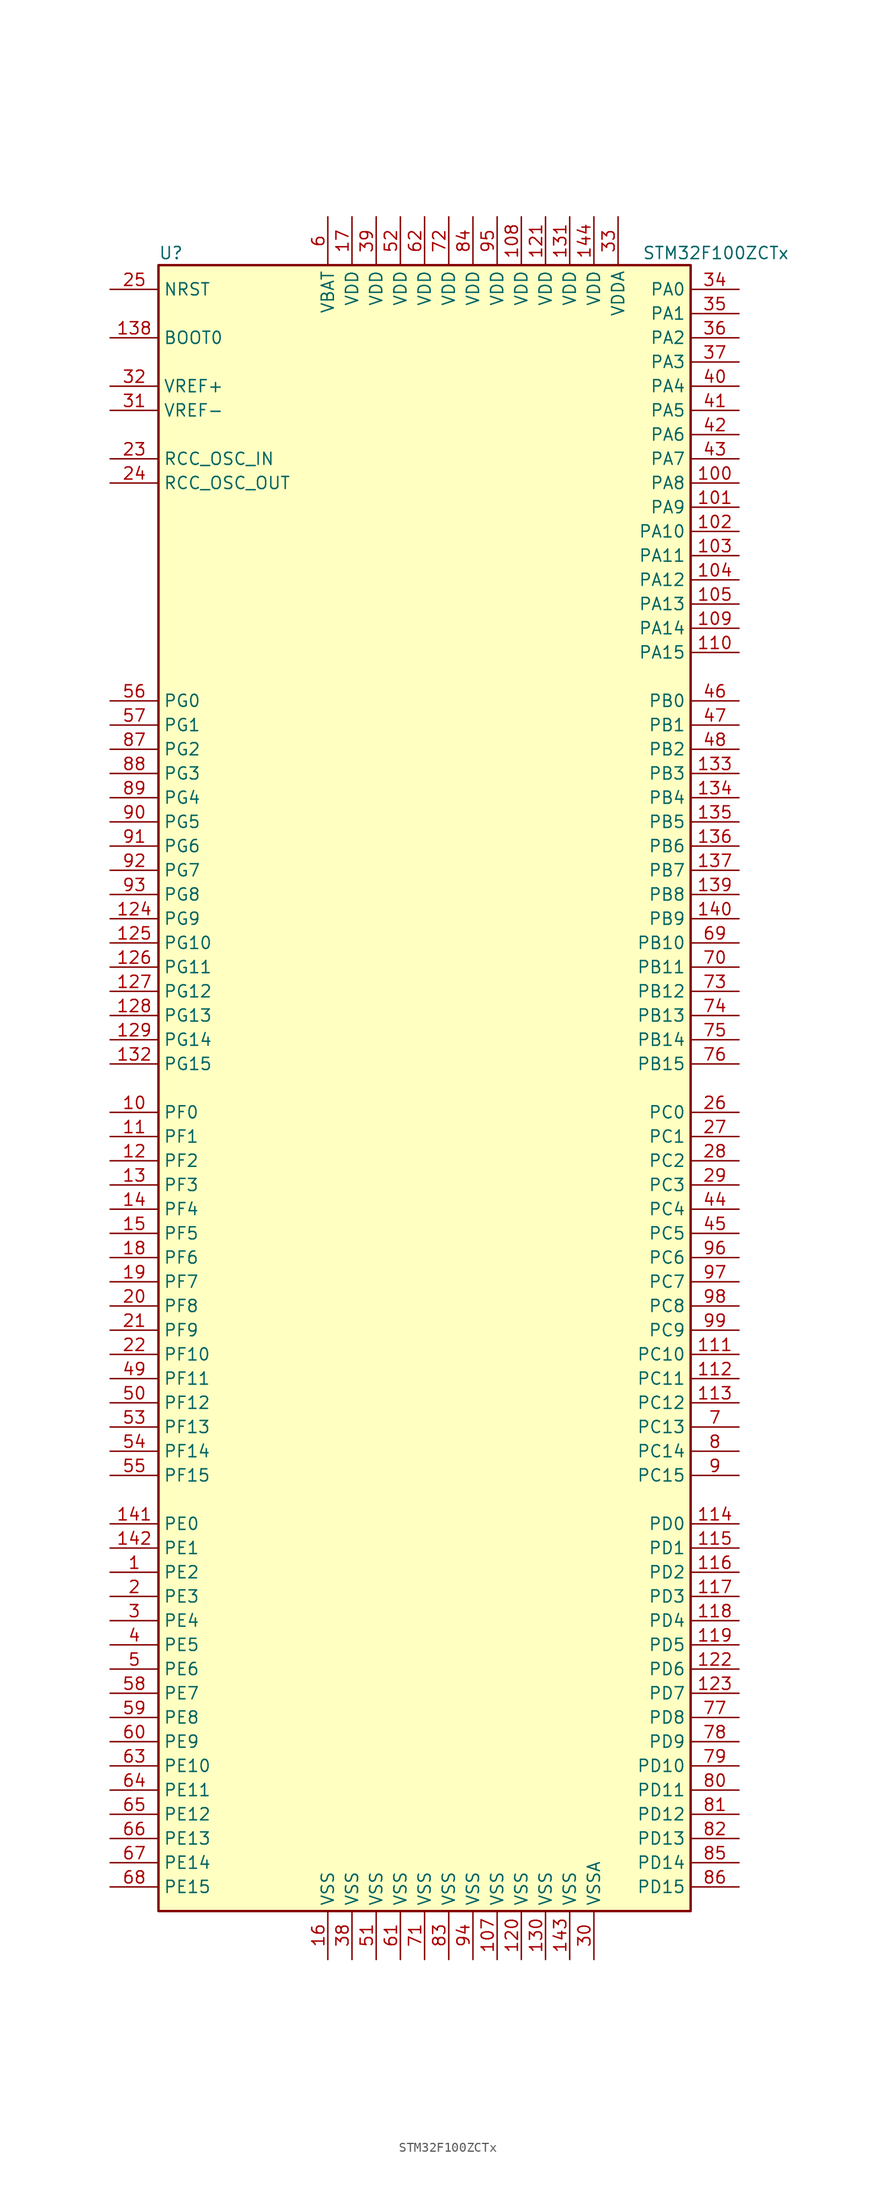
<source format=kicad_sym>
(kicad_symbol_lib
  (version 20201005)
  (generator kicad_symbol_editor)
  (symbol "MCU_ST_STM32F1:STM32F100ZCTx"
    (property "Reference" "U"
      (at -27.94 87.63 0)
      (effects (font (size 1.27 1.27)) (justify left)))
    (property "Value" "STM32F100ZCTx"
      (at 22.86 87.63 0)
      (effects (font (size 1.27 1.27)) (justify left)))
    (symbol "STM32F100ZCTx_0_1"
      (rectangle (start -27.94 -86.36) (end 27.94 86.36) (stroke (width 0.254)) (fill (type background))))
    (symbol "STM32F100ZCTx_1_1"
      (pin input line (at -33.02 78.74 0) (length 5.08) (name "BOOT0" (effects (font (size 1.27 1.27)))) (number "138" (effects (font (size 1.27 1.27)))))
      (pin no_connect line (at -27.94 -83.82 0) (length 5.08) hide (name "NC" (effects (font (size 1.27 1.27)))) (number "106" (effects (font (size 1.27 1.27)))))
      (pin input line (at -33.02 83.82 0) (length 5.08) (name "NRST" (effects (font (size 1.27 1.27)))) (number "25" (effects (font (size 1.27 1.27)))))
      (pin bidirectional line (at 33.02 83.82 180) (length 5.08) (name "PA0" (effects (font (size 1.27 1.27)))) (number "34" (effects (font (size 1.27 1.27)))))
      (pin bidirectional line (at 33.02 81.28 180) (length 5.08) (name "PA1" (effects (font (size 1.27 1.27)))) (number "35" (effects (font (size 1.27 1.27)))))
      (pin bidirectional line (at 33.02 58.42 180) (length 5.08) (name "PA10" (effects (font (size 1.27 1.27)))) (number "102" (effects (font (size 1.27 1.27)))))
      (pin bidirectional line (at 33.02 55.88 180) (length 5.08) (name "PA11" (effects (font (size 1.27 1.27)))) (number "103" (effects (font (size 1.27 1.27)))))
      (pin bidirectional line (at 33.02 53.34 180) (length 5.08) (name "PA12" (effects (font (size 1.27 1.27)))) (number "104" (effects (font (size 1.27 1.27)))))
      (pin bidirectional line (at 33.02 50.8 180) (length 5.08) (name "PA13" (effects (font (size 1.27 1.27)))) (number "105" (effects (font (size 1.27 1.27)))))
      (pin bidirectional line (at 33.02 48.26 180) (length 5.08) (name "PA14" (effects (font (size 1.27 1.27)))) (number "109" (effects (font (size 1.27 1.27)))))
      (pin bidirectional line (at 33.02 45.72 180) (length 5.08) (name "PA15" (effects (font (size 1.27 1.27)))) (number "110" (effects (font (size 1.27 1.27)))))
      (pin bidirectional line (at 33.02 78.74 180) (length 5.08) (name "PA2" (effects (font (size 1.27 1.27)))) (number "36" (effects (font (size 1.27 1.27)))))
      (pin bidirectional line (at 33.02 76.2 180) (length 5.08) (name "PA3" (effects (font (size 1.27 1.27)))) (number "37" (effects (font (size 1.27 1.27)))))
      (pin bidirectional line (at 33.02 73.66 180) (length 5.08) (name "PA4" (effects (font (size 1.27 1.27)))) (number "40" (effects (font (size 1.27 1.27)))))
      (pin bidirectional line (at 33.02 71.12 180) (length 5.08) (name "PA5" (effects (font (size 1.27 1.27)))) (number "41" (effects (font (size 1.27 1.27)))))
      (pin bidirectional line (at 33.02 68.58 180) (length 5.08) (name "PA6" (effects (font (size 1.27 1.27)))) (number "42" (effects (font (size 1.27 1.27)))))
      (pin bidirectional line (at 33.02 66.04 180) (length 5.08) (name "PA7" (effects (font (size 1.27 1.27)))) (number "43" (effects (font (size 1.27 1.27)))))
      (pin bidirectional line (at 33.02 63.5 180) (length 5.08) (name "PA8" (effects (font (size 1.27 1.27)))) (number "100" (effects (font (size 1.27 1.27)))))
      (pin bidirectional line (at 33.02 60.96 180) (length 5.08) (name "PA9" (effects (font (size 1.27 1.27)))) (number "101" (effects (font (size 1.27 1.27)))))
      (pin bidirectional line (at 33.02 40.64 180) (length 5.08) (name "PB0" (effects (font (size 1.27 1.27)))) (number "46" (effects (font (size 1.27 1.27)))))
      (pin bidirectional line (at 33.02 38.1 180) (length 5.08) (name "PB1" (effects (font (size 1.27 1.27)))) (number "47" (effects (font (size 1.27 1.27)))))
      (pin bidirectional line (at 33.02 15.24 180) (length 5.08) (name "PB10" (effects (font (size 1.27 1.27)))) (number "69" (effects (font (size 1.27 1.27)))))
      (pin bidirectional line (at 33.02 12.7 180) (length 5.08) (name "PB11" (effects (font (size 1.27 1.27)))) (number "70" (effects (font (size 1.27 1.27)))))
      (pin bidirectional line (at 33.02 10.16 180) (length 5.08) (name "PB12" (effects (font (size 1.27 1.27)))) (number "73" (effects (font (size 1.27 1.27)))))
      (pin bidirectional line (at 33.02 7.62 180) (length 5.08) (name "PB13" (effects (font (size 1.27 1.27)))) (number "74" (effects (font (size 1.27 1.27)))))
      (pin bidirectional line (at 33.02 5.08 180) (length 5.08) (name "PB14" (effects (font (size 1.27 1.27)))) (number "75" (effects (font (size 1.27 1.27)))))
      (pin bidirectional line (at 33.02 2.54 180) (length 5.08) (name "PB15" (effects (font (size 1.27 1.27)))) (number "76" (effects (font (size 1.27 1.27)))))
      (pin bidirectional line (at 33.02 35.56 180) (length 5.08) (name "PB2" (effects (font (size 1.27 1.27)))) (number "48" (effects (font (size 1.27 1.27)))))
      (pin bidirectional line (at 33.02 33.02 180) (length 5.08) (name "PB3" (effects (font (size 1.27 1.27)))) (number "133" (effects (font (size 1.27 1.27)))))
      (pin bidirectional line (at 33.02 30.48 180) (length 5.08) (name "PB4" (effects (font (size 1.27 1.27)))) (number "134" (effects (font (size 1.27 1.27)))))
      (pin bidirectional line (at 33.02 27.94 180) (length 5.08) (name "PB5" (effects (font (size 1.27 1.27)))) (number "135" (effects (font (size 1.27 1.27)))))
      (pin bidirectional line (at 33.02 25.4 180) (length 5.08) (name "PB6" (effects (font (size 1.27 1.27)))) (number "136" (effects (font (size 1.27 1.27)))))
      (pin bidirectional line (at 33.02 22.86 180) (length 5.08) (name "PB7" (effects (font (size 1.27 1.27)))) (number "137" (effects (font (size 1.27 1.27)))))
      (pin bidirectional line (at 33.02 20.32 180) (length 5.08) (name "PB8" (effects (font (size 1.27 1.27)))) (number "139" (effects (font (size 1.27 1.27)))))
      (pin bidirectional line (at 33.02 17.78 180) (length 5.08) (name "PB9" (effects (font (size 1.27 1.27)))) (number "140" (effects (font (size 1.27 1.27)))))
      (pin bidirectional line (at 33.02 -2.54 180) (length 5.08) (name "PC0" (effects (font (size 1.27 1.27)))) (number "26" (effects (font (size 1.27 1.27)))))
      (pin bidirectional line (at 33.02 -5.08 180) (length 5.08) (name "PC1" (effects (font (size 1.27 1.27)))) (number "27" (effects (font (size 1.27 1.27)))))
      (pin bidirectional line (at 33.02 -27.94 180) (length 5.08) (name "PC10" (effects (font (size 1.27 1.27)))) (number "111" (effects (font (size 1.27 1.27)))))
      (pin bidirectional line (at 33.02 -30.48 180) (length 5.08) (name "PC11" (effects (font (size 1.27 1.27)))) (number "112" (effects (font (size 1.27 1.27)))))
      (pin bidirectional line (at 33.02 -33.02 180) (length 5.08) (name "PC12" (effects (font (size 1.27 1.27)))) (number "113" (effects (font (size 1.27 1.27)))))
      (pin bidirectional line (at 33.02 -35.56 180) (length 5.08) (name "PC13" (effects (font (size 1.27 1.27)))) (number "7" (effects (font (size 1.27 1.27)))))
      (pin bidirectional line (at 33.02 -38.1 180) (length 5.08) (name "PC14" (effects (font (size 1.27 1.27)))) (number "8" (effects (font (size 1.27 1.27)))))
      (pin bidirectional line (at 33.02 -40.64 180) (length 5.08) (name "PC15" (effects (font (size 1.27 1.27)))) (number "9" (effects (font (size 1.27 1.27)))))
      (pin bidirectional line (at 33.02 -7.62 180) (length 5.08) (name "PC2" (effects (font (size 1.27 1.27)))) (number "28" (effects (font (size 1.27 1.27)))))
      (pin bidirectional line (at 33.02 -10.16 180) (length 5.08) (name "PC3" (effects (font (size 1.27 1.27)))) (number "29" (effects (font (size 1.27 1.27)))))
      (pin bidirectional line (at 33.02 -12.7 180) (length 5.08) (name "PC4" (effects (font (size 1.27 1.27)))) (number "44" (effects (font (size 1.27 1.27)))))
      (pin bidirectional line (at 33.02 -15.24 180) (length 5.08) (name "PC5" (effects (font (size 1.27 1.27)))) (number "45" (effects (font (size 1.27 1.27)))))
      (pin bidirectional line (at 33.02 -17.78 180) (length 5.08) (name "PC6" (effects (font (size 1.27 1.27)))) (number "96" (effects (font (size 1.27 1.27)))))
      (pin bidirectional line (at 33.02 -20.32 180) (length 5.08) (name "PC7" (effects (font (size 1.27 1.27)))) (number "97" (effects (font (size 1.27 1.27)))))
      (pin bidirectional line (at 33.02 -22.86 180) (length 5.08) (name "PC8" (effects (font (size 1.27 1.27)))) (number "98" (effects (font (size 1.27 1.27)))))
      (pin bidirectional line (at 33.02 -25.4 180) (length 5.08) (name "PC9" (effects (font (size 1.27 1.27)))) (number "99" (effects (font (size 1.27 1.27)))))
      (pin bidirectional line (at 33.02 -45.72 180) (length 5.08) (name "PD0" (effects (font (size 1.27 1.27)))) (number "114" (effects (font (size 1.27 1.27)))))
      (pin bidirectional line (at 33.02 -48.26 180) (length 5.08) (name "PD1" (effects (font (size 1.27 1.27)))) (number "115" (effects (font (size 1.27 1.27)))))
      (pin bidirectional line (at 33.02 -71.12 180) (length 5.08) (name "PD10" (effects (font (size 1.27 1.27)))) (number "79" (effects (font (size 1.27 1.27)))))
      (pin bidirectional line (at 33.02 -73.66 180) (length 5.08) (name "PD11" (effects (font (size 1.27 1.27)))) (number "80" (effects (font (size 1.27 1.27)))))
      (pin bidirectional line (at 33.02 -76.2 180) (length 5.08) (name "PD12" (effects (font (size 1.27 1.27)))) (number "81" (effects (font (size 1.27 1.27)))))
      (pin bidirectional line (at 33.02 -78.74 180) (length 5.08) (name "PD13" (effects (font (size 1.27 1.27)))) (number "82" (effects (font (size 1.27 1.27)))))
      (pin bidirectional line (at 33.02 -81.28 180) (length 5.08) (name "PD14" (effects (font (size 1.27 1.27)))) (number "85" (effects (font (size 1.27 1.27)))))
      (pin bidirectional line (at 33.02 -83.82 180) (length 5.08) (name "PD15" (effects (font (size 1.27 1.27)))) (number "86" (effects (font (size 1.27 1.27)))))
      (pin bidirectional line (at 33.02 -50.8 180) (length 5.08) (name "PD2" (effects (font (size 1.27 1.27)))) (number "116" (effects (font (size 1.27 1.27)))))
      (pin bidirectional line (at 33.02 -53.34 180) (length 5.08) (name "PD3" (effects (font (size 1.27 1.27)))) (number "117" (effects (font (size 1.27 1.27)))))
      (pin bidirectional line (at 33.02 -55.88 180) (length 5.08) (name "PD4" (effects (font (size 1.27 1.27)))) (number "118" (effects (font (size 1.27 1.27)))))
      (pin bidirectional line (at 33.02 -58.42 180) (length 5.08) (name "PD5" (effects (font (size 1.27 1.27)))) (number "119" (effects (font (size 1.27 1.27)))))
      (pin bidirectional line (at 33.02 -60.96 180) (length 5.08) (name "PD6" (effects (font (size 1.27 1.27)))) (number "122" (effects (font (size 1.27 1.27)))))
      (pin bidirectional line (at 33.02 -63.5 180) (length 5.08) (name "PD7" (effects (font (size 1.27 1.27)))) (number "123" (effects (font (size 1.27 1.27)))))
      (pin bidirectional line (at 33.02 -66.04 180) (length 5.08) (name "PD8" (effects (font (size 1.27 1.27)))) (number "77" (effects (font (size 1.27 1.27)))))
      (pin bidirectional line (at 33.02 -68.58 180) (length 5.08) (name "PD9" (effects (font (size 1.27 1.27)))) (number "78" (effects (font (size 1.27 1.27)))))
      (pin bidirectional line (at -33.02 -45.72 0) (length 5.08) (name "PE0" (effects (font (size 1.27 1.27)))) (number "141" (effects (font (size 1.27 1.27)))))
      (pin bidirectional line (at -33.02 -48.26 0) (length 5.08) (name "PE1" (effects (font (size 1.27 1.27)))) (number "142" (effects (font (size 1.27 1.27)))))
      (pin bidirectional line (at -33.02 -71.12 0) (length 5.08) (name "PE10" (effects (font (size 1.27 1.27)))) (number "63" (effects (font (size 1.27 1.27)))))
      (pin bidirectional line (at -33.02 -73.66 0) (length 5.08) (name "PE11" (effects (font (size 1.27 1.27)))) (number "64" (effects (font (size 1.27 1.27)))))
      (pin bidirectional line (at -33.02 -76.2 0) (length 5.08) (name "PE12" (effects (font (size 1.27 1.27)))) (number "65" (effects (font (size 1.27 1.27)))))
      (pin bidirectional line (at -33.02 -78.74 0) (length 5.08) (name "PE13" (effects (font (size 1.27 1.27)))) (number "66" (effects (font (size 1.27 1.27)))))
      (pin bidirectional line (at -33.02 -81.28 0) (length 5.08) (name "PE14" (effects (font (size 1.27 1.27)))) (number "67" (effects (font (size 1.27 1.27)))))
      (pin bidirectional line (at -33.02 -83.82 0) (length 5.08) (name "PE15" (effects (font (size 1.27 1.27)))) (number "68" (effects (font (size 1.27 1.27)))))
      (pin bidirectional line (at -33.02 -50.8 0) (length 5.08) (name "PE2" (effects (font (size 1.27 1.27)))) (number "1" (effects (font (size 1.27 1.27)))))
      (pin bidirectional line (at -33.02 -53.34 0) (length 5.08) (name "PE3" (effects (font (size 1.27 1.27)))) (number "2" (effects (font (size 1.27 1.27)))))
      (pin bidirectional line (at -33.02 -55.88 0) (length 5.08) (name "PE4" (effects (font (size 1.27 1.27)))) (number "3" (effects (font (size 1.27 1.27)))))
      (pin bidirectional line (at -33.02 -58.42 0) (length 5.08) (name "PE5" (effects (font (size 1.27 1.27)))) (number "4" (effects (font (size 1.27 1.27)))))
      (pin bidirectional line (at -33.02 -60.96 0) (length 5.08) (name "PE6" (effects (font (size 1.27 1.27)))) (number "5" (effects (font (size 1.27 1.27)))))
      (pin bidirectional line (at -33.02 -63.5 0) (length 5.08) (name "PE7" (effects (font (size 1.27 1.27)))) (number "58" (effects (font (size 1.27 1.27)))))
      (pin bidirectional line (at -33.02 -66.04 0) (length 5.08) (name "PE8" (effects (font (size 1.27 1.27)))) (number "59" (effects (font (size 1.27 1.27)))))
      (pin bidirectional line (at -33.02 -68.58 0) (length 5.08) (name "PE9" (effects (font (size 1.27 1.27)))) (number "60" (effects (font (size 1.27 1.27)))))
      (pin bidirectional line (at -33.02 -2.54 0) (length 5.08) (name "PF0" (effects (font (size 1.27 1.27)))) (number "10" (effects (font (size 1.27 1.27)))))
      (pin bidirectional line (at -33.02 -5.08 0) (length 5.08) (name "PF1" (effects (font (size 1.27 1.27)))) (number "11" (effects (font (size 1.27 1.27)))))
      (pin bidirectional line (at -33.02 -27.94 0) (length 5.08) (name "PF10" (effects (font (size 1.27 1.27)))) (number "22" (effects (font (size 1.27 1.27)))))
      (pin bidirectional line (at -33.02 -30.48 0) (length 5.08) (name "PF11" (effects (font (size 1.27 1.27)))) (number "49" (effects (font (size 1.27 1.27)))))
      (pin bidirectional line (at -33.02 -33.02 0) (length 5.08) (name "PF12" (effects (font (size 1.27 1.27)))) (number "50" (effects (font (size 1.27 1.27)))))
      (pin bidirectional line (at -33.02 -35.56 0) (length 5.08) (name "PF13" (effects (font (size 1.27 1.27)))) (number "53" (effects (font (size 1.27 1.27)))))
      (pin bidirectional line (at -33.02 -38.1 0) (length 5.08) (name "PF14" (effects (font (size 1.27 1.27)))) (number "54" (effects (font (size 1.27 1.27)))))
      (pin bidirectional line (at -33.02 -40.64 0) (length 5.08) (name "PF15" (effects (font (size 1.27 1.27)))) (number "55" (effects (font (size 1.27 1.27)))))
      (pin bidirectional line (at -33.02 -7.62 0) (length 5.08) (name "PF2" (effects (font (size 1.27 1.27)))) (number "12" (effects (font (size 1.27 1.27)))))
      (pin bidirectional line (at -33.02 -10.16 0) (length 5.08) (name "PF3" (effects (font (size 1.27 1.27)))) (number "13" (effects (font (size 1.27 1.27)))))
      (pin bidirectional line (at -33.02 -12.7 0) (length 5.08) (name "PF4" (effects (font (size 1.27 1.27)))) (number "14" (effects (font (size 1.27 1.27)))))
      (pin bidirectional line (at -33.02 -15.24 0) (length 5.08) (name "PF5" (effects (font (size 1.27 1.27)))) (number "15" (effects (font (size 1.27 1.27)))))
      (pin bidirectional line (at -33.02 -17.78 0) (length 5.08) (name "PF6" (effects (font (size 1.27 1.27)))) (number "18" (effects (font (size 1.27 1.27)))))
      (pin bidirectional line (at -33.02 -20.32 0) (length 5.08) (name "PF7" (effects (font (size 1.27 1.27)))) (number "19" (effects (font (size 1.27 1.27)))))
      (pin bidirectional line (at -33.02 -22.86 0) (length 5.08) (name "PF8" (effects (font (size 1.27 1.27)))) (number "20" (effects (font (size 1.27 1.27)))))
      (pin bidirectional line (at -33.02 -25.4 0) (length 5.08) (name "PF9" (effects (font (size 1.27 1.27)))) (number "21" (effects (font (size 1.27 1.27)))))
      (pin bidirectional line (at -33.02 40.64 0) (length 5.08) (name "PG0" (effects (font (size 1.27 1.27)))) (number "56" (effects (font (size 1.27 1.27)))))
      (pin bidirectional line (at -33.02 38.1 0) (length 5.08) (name "PG1" (effects (font (size 1.27 1.27)))) (number "57" (effects (font (size 1.27 1.27)))))
      (pin bidirectional line (at -33.02 15.24 0) (length 5.08) (name "PG10" (effects (font (size 1.27 1.27)))) (number "125" (effects (font (size 1.27 1.27)))))
      (pin bidirectional line (at -33.02 12.7 0) (length 5.08) (name "PG11" (effects (font (size 1.27 1.27)))) (number "126" (effects (font (size 1.27 1.27)))))
      (pin bidirectional line (at -33.02 10.16 0) (length 5.08) (name "PG12" (effects (font (size 1.27 1.27)))) (number "127" (effects (font (size 1.27 1.27)))))
      (pin bidirectional line (at -33.02 7.62 0) (length 5.08) (name "PG13" (effects (font (size 1.27 1.27)))) (number "128" (effects (font (size 1.27 1.27)))))
      (pin bidirectional line (at -33.02 5.08 0) (length 5.08) (name "PG14" (effects (font (size 1.27 1.27)))) (number "129" (effects (font (size 1.27 1.27)))))
      (pin bidirectional line (at -33.02 2.54 0) (length 5.08) (name "PG15" (effects (font (size 1.27 1.27)))) (number "132" (effects (font (size 1.27 1.27)))))
      (pin bidirectional line (at -33.02 35.56 0) (length 5.08) (name "PG2" (effects (font (size 1.27 1.27)))) (number "87" (effects (font (size 1.27 1.27)))))
      (pin bidirectional line (at -33.02 33.02 0) (length 5.08) (name "PG3" (effects (font (size 1.27 1.27)))) (number "88" (effects (font (size 1.27 1.27)))))
      (pin bidirectional line (at -33.02 30.48 0) (length 5.08) (name "PG4" (effects (font (size 1.27 1.27)))) (number "89" (effects (font (size 1.27 1.27)))))
      (pin bidirectional line (at -33.02 27.94 0) (length 5.08) (name "PG5" (effects (font (size 1.27 1.27)))) (number "90" (effects (font (size 1.27 1.27)))))
      (pin bidirectional line (at -33.02 25.4 0) (length 5.08) (name "PG6" (effects (font (size 1.27 1.27)))) (number "91" (effects (font (size 1.27 1.27)))))
      (pin bidirectional line (at -33.02 22.86 0) (length 5.08) (name "PG7" (effects (font (size 1.27 1.27)))) (number "92" (effects (font (size 1.27 1.27)))))
      (pin bidirectional line (at -33.02 20.32 0) (length 5.08) (name "PG8" (effects (font (size 1.27 1.27)))) (number "93" (effects (font (size 1.27 1.27)))))
      (pin bidirectional line (at -33.02 17.78 0) (length 5.08) (name "PG9" (effects (font (size 1.27 1.27)))) (number "124" (effects (font (size 1.27 1.27)))))
      (pin input line (at -33.02 66.04 0) (length 5.08) (name "RCC_OSC_IN" (effects (font (size 1.27 1.27)))) (number "23" (effects (font (size 1.27 1.27)))))
      (pin input line (at -33.02 63.5 0) (length 5.08) (name "RCC_OSC_OUT" (effects (font (size 1.27 1.27)))) (number "24" (effects (font (size 1.27 1.27)))))
      (pin power_in line (at -10.16 91.44 270) (length 5.08) (name "VBAT" (effects (font (size 1.27 1.27)))) (number "6" (effects (font (size 1.27 1.27)))))
      (pin power_in line (at 10.16 91.44 270) (length 5.08) (name "VDD" (effects (font (size 1.27 1.27)))) (number "108" (effects (font (size 1.27 1.27)))))
      (pin power_in line (at 12.7 91.44 270) (length 5.08) (name "VDD" (effects (font (size 1.27 1.27)))) (number "121" (effects (font (size 1.27 1.27)))))
      (pin power_in line (at 15.24 91.44 270) (length 5.08) (name "VDD" (effects (font (size 1.27 1.27)))) (number "131" (effects (font (size 1.27 1.27)))))
      (pin power_in line (at 17.78 91.44 270) (length 5.08) (name "VDD" (effects (font (size 1.27 1.27)))) (number "144" (effects (font (size 1.27 1.27)))))
      (pin power_in line (at -7.62 91.44 270) (length 5.08) (name "VDD" (effects (font (size 1.27 1.27)))) (number "17" (effects (font (size 1.27 1.27)))))
      (pin power_in line (at -5.08 91.44 270) (length 5.08) (name "VDD" (effects (font (size 1.27 1.27)))) (number "39" (effects (font (size 1.27 1.27)))))
      (pin power_in line (at -2.54 91.44 270) (length 5.08) (name "VDD" (effects (font (size 1.27 1.27)))) (number "52" (effects (font (size 1.27 1.27)))))
      (pin power_in line (at 0 91.44 270) (length 5.08) (name "VDD" (effects (font (size 1.27 1.27)))) (number "62" (effects (font (size 1.27 1.27)))))
      (pin power_in line (at 2.54 91.44 270) (length 5.08) (name "VDD" (effects (font (size 1.27 1.27)))) (number "72" (effects (font (size 1.27 1.27)))))
      (pin power_in line (at 5.08 91.44 270) (length 5.08) (name "VDD" (effects (font (size 1.27 1.27)))) (number "84" (effects (font (size 1.27 1.27)))))
      (pin power_in line (at 7.62 91.44 270) (length 5.08) (name "VDD" (effects (font (size 1.27 1.27)))) (number "95" (effects (font (size 1.27 1.27)))))
      (pin power_in line (at 20.32 91.44 270) (length 5.08) (name "VDDA" (effects (font (size 1.27 1.27)))) (number "33" (effects (font (size 1.27 1.27)))))
      (pin power_in line (at -33.02 73.66 0) (length 5.08) (name "VREF+" (effects (font (size 1.27 1.27)))) (number "32" (effects (font (size 1.27 1.27)))))
      (pin power_in line (at -33.02 71.12 0) (length 5.08) (name "VREF-" (effects (font (size 1.27 1.27)))) (number "31" (effects (font (size 1.27 1.27)))))
      (pin power_in line (at 7.62 -91.44 90) (length 5.08) (name "VSS" (effects (font (size 1.27 1.27)))) (number "107" (effects (font (size 1.27 1.27)))))
      (pin power_in line (at 10.16 -91.44 90) (length 5.08) (name "VSS" (effects (font (size 1.27 1.27)))) (number "120" (effects (font (size 1.27 1.27)))))
      (pin power_in line (at 12.7 -91.44 90) (length 5.08) (name "VSS" (effects (font (size 1.27 1.27)))) (number "130" (effects (font (size 1.27 1.27)))))
      (pin power_in line (at 15.24 -91.44 90) (length 5.08) (name "VSS" (effects (font (size 1.27 1.27)))) (number "143" (effects (font (size 1.27 1.27)))))
      (pin power_in line (at -10.16 -91.44 90) (length 5.08) (name "VSS" (effects (font (size 1.27 1.27)))) (number "16" (effects (font (size 1.27 1.27)))))
      (pin power_in line (at -7.62 -91.44 90) (length 5.08) (name "VSS" (effects (font (size 1.27 1.27)))) (number "38" (effects (font (size 1.27 1.27)))))
      (pin power_in line (at -5.08 -91.44 90) (length 5.08) (name "VSS" (effects (font (size 1.27 1.27)))) (number "51" (effects (font (size 1.27 1.27)))))
      (pin power_in line (at -2.54 -91.44 90) (length 5.08) (name "VSS" (effects (font (size 1.27 1.27)))) (number "61" (effects (font (size 1.27 1.27)))))
      (pin power_in line (at 0 -91.44 90) (length 5.08) (name "VSS" (effects (font (size 1.27 1.27)))) (number "71" (effects (font (size 1.27 1.27)))))
      (pin power_in line (at 2.54 -91.44 90) (length 5.08) (name "VSS" (effects (font (size 1.27 1.27)))) (number "83" (effects (font (size 1.27 1.27)))))
      (pin power_in line (at 5.08 -91.44 90) (length 5.08) (name "VSS" (effects (font (size 1.27 1.27)))) (number "94" (effects (font (size 1.27 1.27)))))
      (pin power_in line (at 17.78 -91.44 90) (length 5.08) (name "VSSA" (effects (font (size 1.27 1.27)))) (number "30" (effects (font (size 1.27 1.27))))))))
</source>
